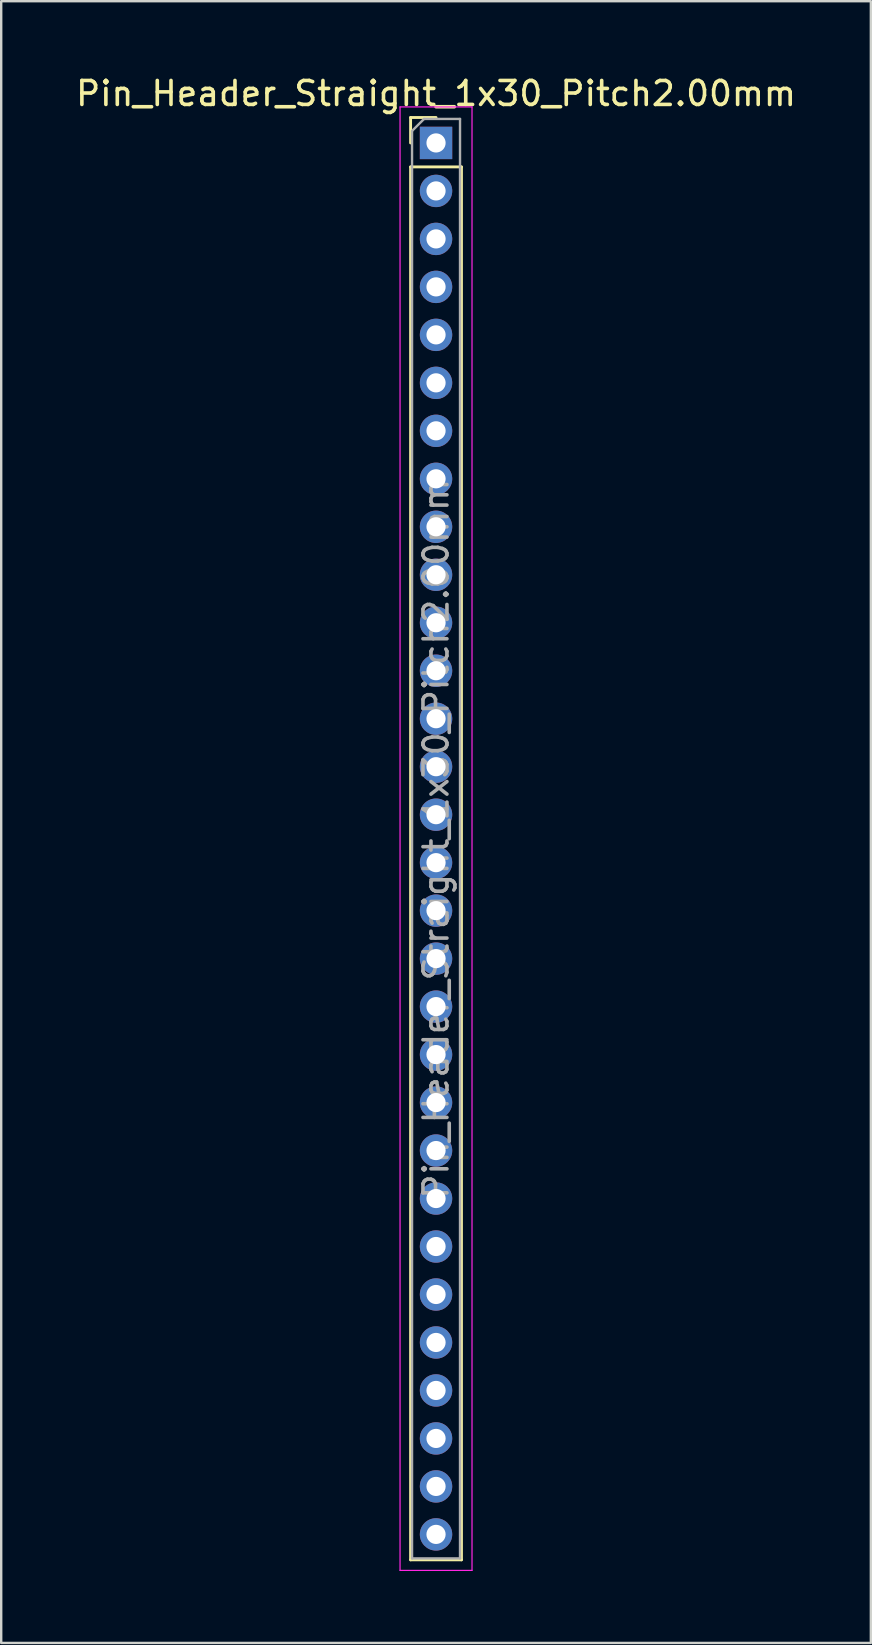
<source format=kicad_pcb>
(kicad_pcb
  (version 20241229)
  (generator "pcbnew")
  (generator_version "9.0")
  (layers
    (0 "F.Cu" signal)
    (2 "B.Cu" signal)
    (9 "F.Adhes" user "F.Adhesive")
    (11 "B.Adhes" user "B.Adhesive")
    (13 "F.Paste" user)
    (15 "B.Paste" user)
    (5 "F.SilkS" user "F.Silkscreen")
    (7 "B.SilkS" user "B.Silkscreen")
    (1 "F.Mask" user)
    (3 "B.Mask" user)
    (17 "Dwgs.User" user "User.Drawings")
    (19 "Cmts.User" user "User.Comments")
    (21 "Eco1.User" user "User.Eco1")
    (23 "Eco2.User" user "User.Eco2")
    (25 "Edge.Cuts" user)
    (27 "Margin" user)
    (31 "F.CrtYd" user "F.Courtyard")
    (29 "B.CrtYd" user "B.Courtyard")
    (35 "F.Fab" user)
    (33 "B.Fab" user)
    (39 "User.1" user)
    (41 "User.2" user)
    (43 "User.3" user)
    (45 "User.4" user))
  (footprint "Pin_Header_Straight_1x30_Pitch2.00mm"
    (layer "F.Cu")
    (at 15.125 2.908)
    (property "Reference" "Pin_Header_Straight_1x30_Pitch2.00mm" (at 0 -2.06 0) (layer "F.SilkS") (effects (font (size 1 1) (thickness 0.15))))
    (attr through_hole)
    (fp_line (start -1.06 -1.06) (end 0 -1.06) (stroke (width 0.12) (type solid)) (layer "F.SilkS"))
    (fp_line (start -1.06 0) (end -1.06 -1.06) (stroke (width 0.12) (type solid)) (layer "F.SilkS"))
    (fp_line (start -1.06 1) (end -1.06 59.06) (stroke (width 0.12) (type solid)) (layer "F.SilkS"))
    (fp_line (start -1.06 1) (end 1.06 1) (stroke (width 0.12) (type solid)) (layer "F.SilkS"))
    (fp_line (start -1.06 59.06) (end 1.06 59.06) (stroke (width 0.12) (type solid)) (layer "F.SilkS"))
    (fp_line (start 1.06 1) (end 1.06 59.06) (stroke (width 0.12) (type solid)) (layer "F.SilkS"))
    (fp_line (start -1.5 -1.5) (end -1.5 59.5) (stroke (width 0.05) (type solid)) (layer "F.CrtYd"))
    (fp_line (start -1.5 59.5) (end 1.5 59.5) (stroke (width 0.05) (type solid)) (layer "F.CrtYd"))
    (fp_line (start 1.5 -1.5) (end -1.5 -1.5) (stroke (width 0.05) (type solid)) (layer "F.CrtYd"))
    (fp_line (start 1.5 59.5) (end 1.5 -1.5) (stroke (width 0.05) (type solid)) (layer "F.CrtYd"))
    (fp_line (start -1 -0.5) (end -0.5 -1) (stroke (width 0.1) (type solid)) (layer "F.Fab"))
    (fp_line (start -1 59) (end -1 -0.5) (stroke (width 0.1) (type solid)) (layer "F.Fab"))
    (fp_line (start -0.5 -1) (end 1 -1) (stroke (width 0.1) (type solid)) (layer "F.Fab"))
    (fp_line (start 1 -1) (end 1 59) (stroke (width 0.1) (type solid)) (layer "F.Fab"))
    (fp_line (start 1 59) (end -1 59) (stroke (width 0.1) (type solid)) (layer "F.Fab"))
    (fp_text user "${REFERENCE}" (at 0 29 90) (layer "F.Fab") (effects (font (size 1 1) (thickness 0.15))))
    (pad "1" thru_hole rect (at 0 0) (size 1.35 1.35) (drill 0.8) (layers "*.Cu" "*.Mask"))
    (pad "2" thru_hole oval (at 0 2) (size 1.35 1.35) (drill 0.8) (layers "*.Cu" "*.Mask"))
    (pad "3" thru_hole oval (at 0 4) (size 1.35 1.35) (drill 0.8) (layers "*.Cu" "*.Mask"))
    (pad "4" thru_hole oval (at 0 6) (size 1.35 1.35) (drill 0.8) (layers "*.Cu" "*.Mask"))
    (pad "5" thru_hole oval (at 0 8) (size 1.35 1.35) (drill 0.8) (layers "*.Cu" "*.Mask"))
    (pad "6" thru_hole oval (at 0 10) (size 1.35 1.35) (drill 0.8) (layers "*.Cu" "*.Mask"))
    (pad "7" thru_hole oval (at 0 12) (size 1.35 1.35) (drill 0.8) (layers "*.Cu" "*.Mask"))
    (pad "8" thru_hole oval (at 0 14) (size 1.35 1.35) (drill 0.8) (layers "*.Cu" "*.Mask"))
    (pad "9" thru_hole oval (at 0 16) (size 1.35 1.35) (drill 0.8) (layers "*.Cu" "*.Mask"))
    (pad "10" thru_hole oval (at 0 18) (size 1.35 1.35) (drill 0.8) (layers "*.Cu" "*.Mask"))
    (pad "11" thru_hole oval (at 0 20) (size 1.35 1.35) (drill 0.8) (layers "*.Cu" "*.Mask"))
    (pad "12" thru_hole oval (at 0 22) (size 1.35 1.35) (drill 0.8) (layers "*.Cu" "*.Mask"))
    (pad "13" thru_hole oval (at 0 24) (size 1.35 1.35) (drill 0.8) (layers "*.Cu" "*.Mask"))
    (pad "14" thru_hole oval (at 0 26) (size 1.35 1.35) (drill 0.8) (layers "*.Cu" "*.Mask"))
    (pad "15" thru_hole oval (at 0 28) (size 1.35 1.35) (drill 0.8) (layers "*.Cu" "*.Mask"))
    (pad "16" thru_hole oval (at 0 30) (size 1.35 1.35) (drill 0.8) (layers "*.Cu" "*.Mask"))
    (pad "17" thru_hole oval (at 0 32) (size 1.35 1.35) (drill 0.8) (layers "*.Cu" "*.Mask"))
    (pad "18" thru_hole oval (at 0 34) (size 1.35 1.35) (drill 0.8) (layers "*.Cu" "*.Mask"))
    (pad "19" thru_hole oval (at 0 36) (size 1.35 1.35) (drill 0.8) (layers "*.Cu" "*.Mask"))
    (pad "20" thru_hole oval (at 0 38) (size 1.35 1.35) (drill 0.8) (layers "*.Cu" "*.Mask"))
    (pad "21" thru_hole oval (at 0 40) (size 1.35 1.35) (drill 0.8) (layers "*.Cu" "*.Mask"))
    (pad "22" thru_hole oval (at 0 42) (size 1.35 1.35) (drill 0.8) (layers "*.Cu" "*.Mask"))
    (pad "23" thru_hole oval (at 0 44) (size 1.35 1.35) (drill 0.8) (layers "*.Cu" "*.Mask"))
    (pad "24" thru_hole oval (at 0 46) (size 1.35 1.35) (drill 0.8) (layers "*.Cu" "*.Mask"))
    (pad "25" thru_hole oval (at 0 48) (size 1.35 1.35) (drill 0.8) (layers "*.Cu" "*.Mask"))
    (pad "26" thru_hole oval (at 0 50) (size 1.35 1.35) (drill 0.8) (layers "*.Cu" "*.Mask"))
    (pad "27" thru_hole oval (at 0 52) (size 1.35 1.35) (drill 0.8) (layers "*.Cu" "*.Mask"))
    (pad "28" thru_hole oval (at 0 54) (size 1.35 1.35) (drill 0.8) (layers "*.Cu" "*.Mask"))
    (pad "29" thru_hole oval (at 0 56) (size 1.35 1.35) (drill 0.8) (layers "*.Cu" "*.Mask"))
    (pad "30" thru_hole oval (at 0 58) (size 1.35 1.35) (drill 0.8) (layers "*.Cu" "*.Mask")))
  (gr_rect
    (start -3 -3)
    (end 33.25 65.433)
    (stroke (width 0.1) (type default))
    (fill no)
    (layer "Edge.Cuts")))
</source>
